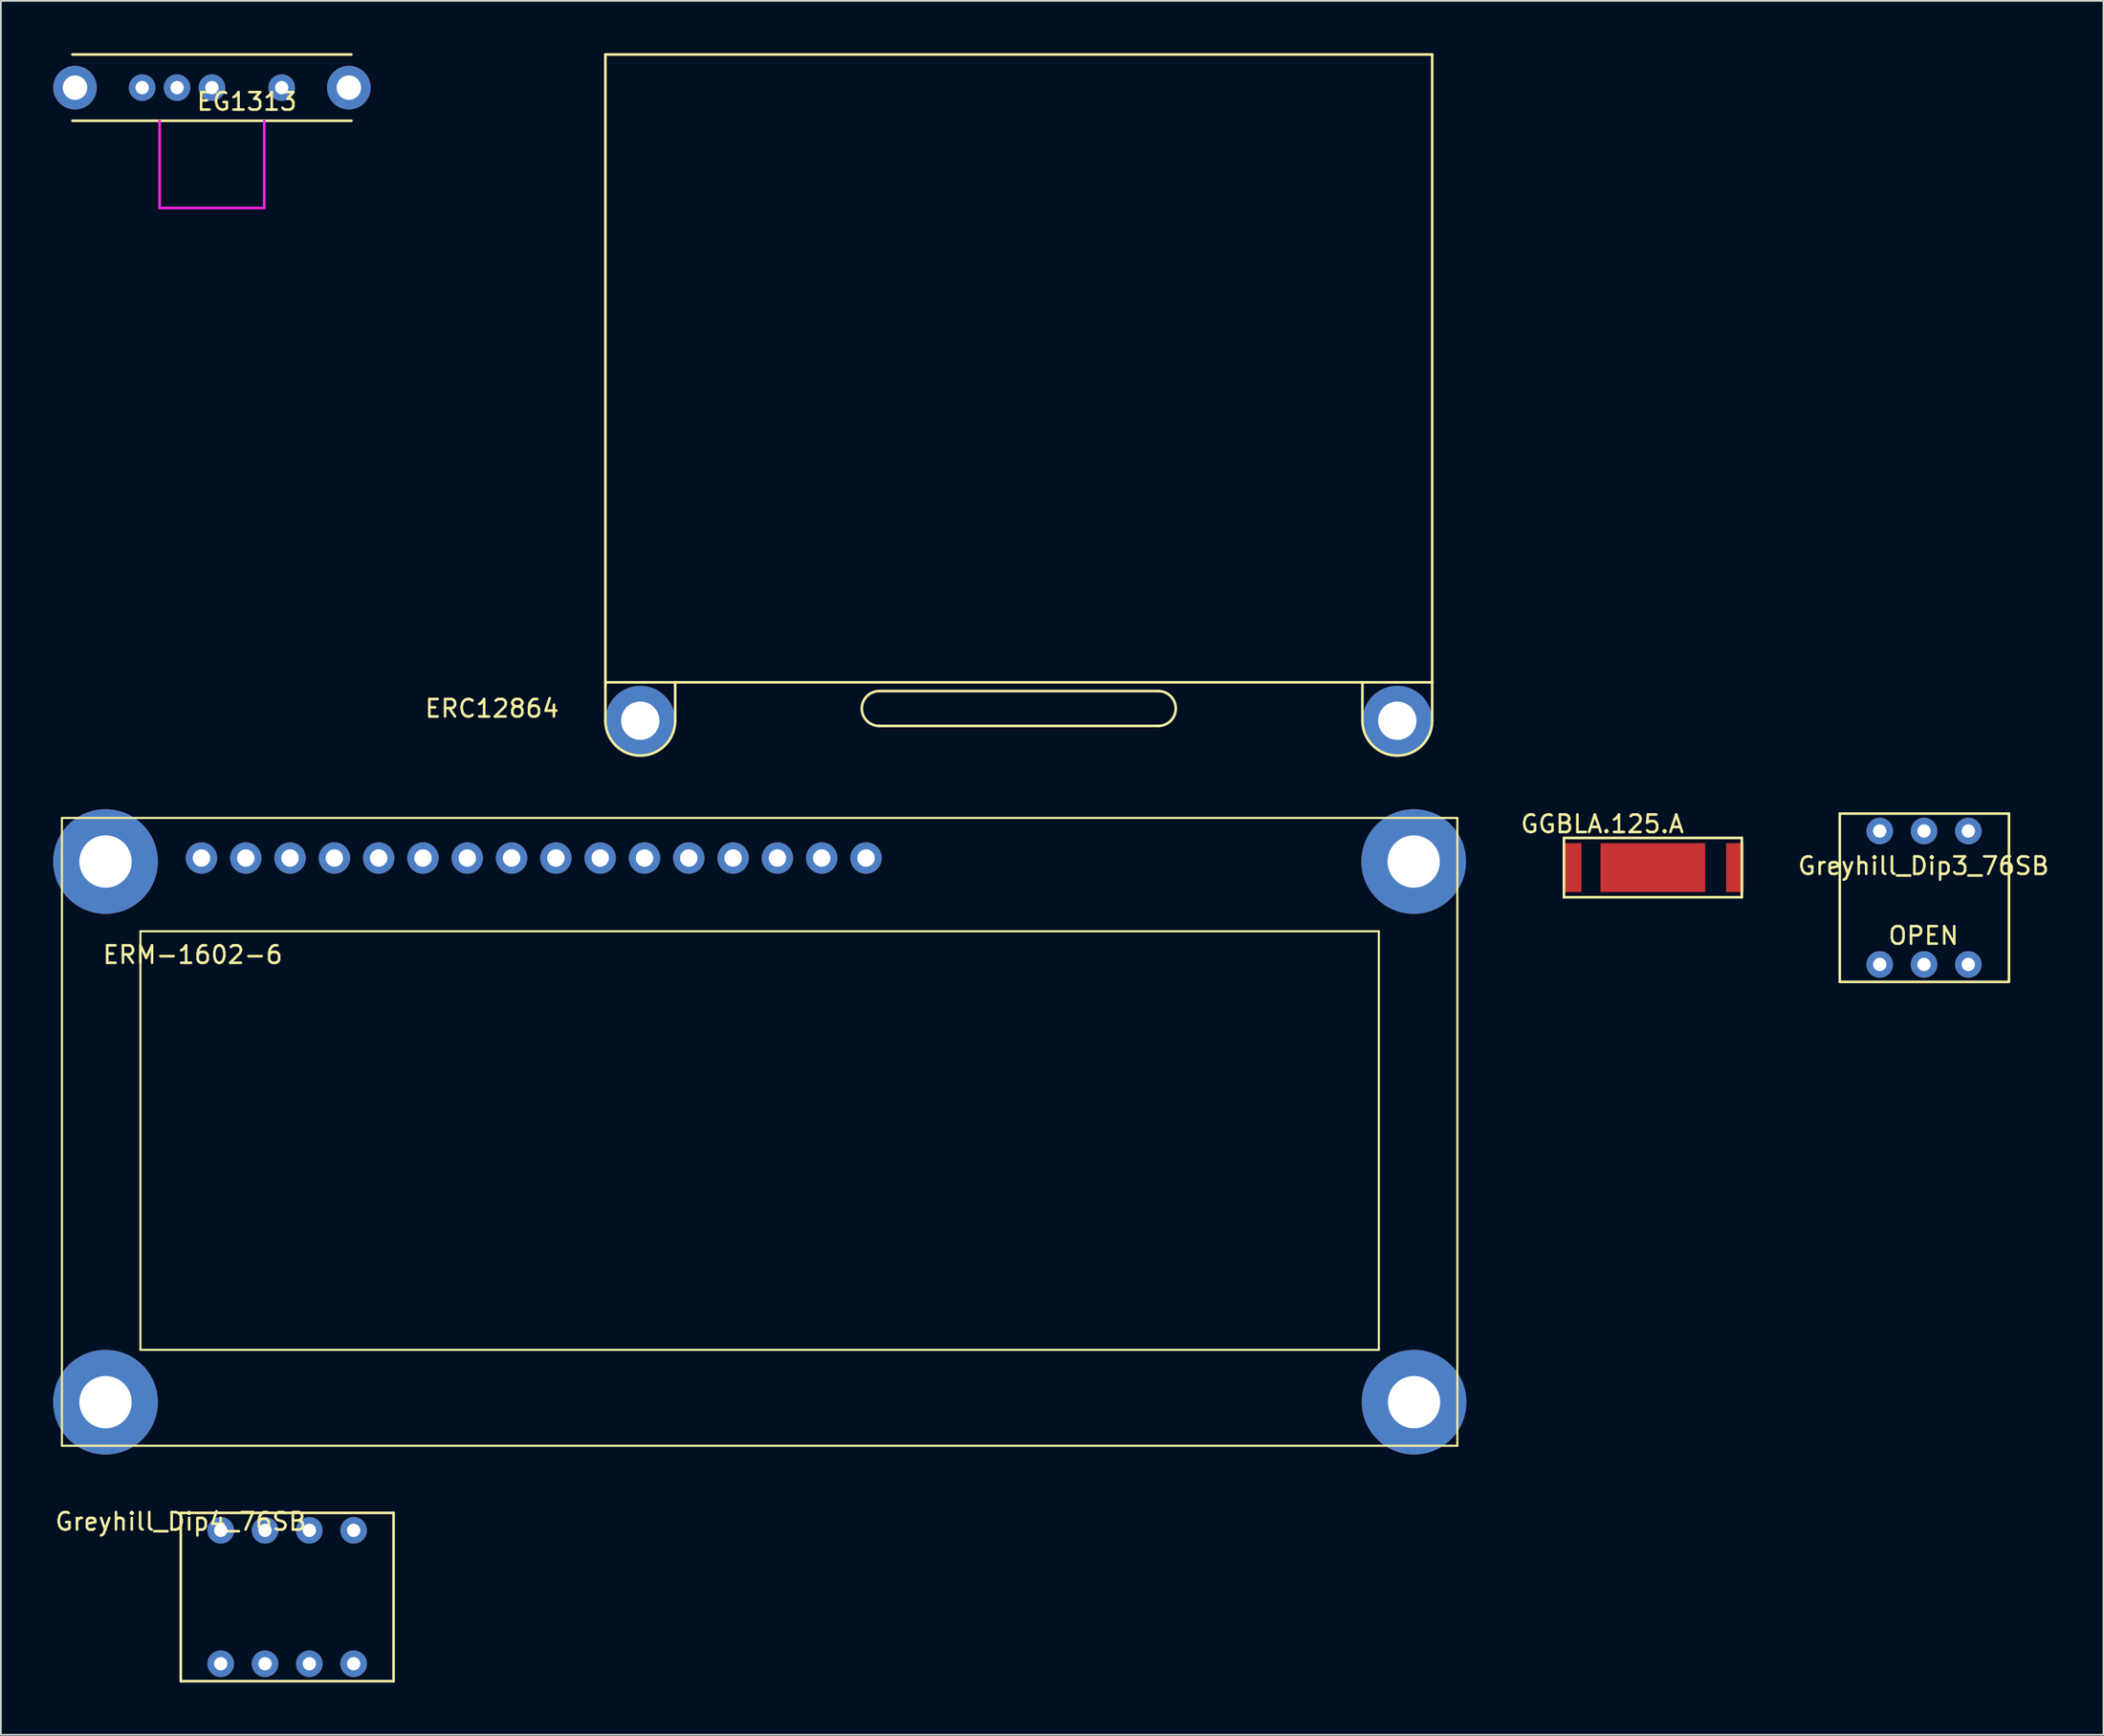
<source format=kicad_pcb>
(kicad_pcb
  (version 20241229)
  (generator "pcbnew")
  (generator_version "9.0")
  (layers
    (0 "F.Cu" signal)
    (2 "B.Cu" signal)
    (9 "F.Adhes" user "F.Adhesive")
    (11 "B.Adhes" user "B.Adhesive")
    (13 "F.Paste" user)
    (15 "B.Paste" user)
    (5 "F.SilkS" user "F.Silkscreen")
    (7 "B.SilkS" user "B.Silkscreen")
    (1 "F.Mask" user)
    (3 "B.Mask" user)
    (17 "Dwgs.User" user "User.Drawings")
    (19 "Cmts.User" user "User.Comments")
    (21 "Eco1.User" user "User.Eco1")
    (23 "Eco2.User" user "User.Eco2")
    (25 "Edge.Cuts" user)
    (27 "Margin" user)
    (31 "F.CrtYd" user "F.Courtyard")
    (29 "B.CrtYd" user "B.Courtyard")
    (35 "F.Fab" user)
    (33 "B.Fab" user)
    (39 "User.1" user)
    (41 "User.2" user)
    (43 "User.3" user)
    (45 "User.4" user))
  (footprint "GGBLA.125.A"
    (layer "F.Cu")
    (at 86.612 44.998)
    (property "Reference" "GGBLA.125.A" (at 2.2 -0.8 0) (layer "F.SilkS") (effects (font (size 1 1) (thickness 0.15))))
    (attr through_hole)
    (fp_line (start 0 0) (end 10.2 0) (stroke (width 0.15) (type solid)) (layer "F.SilkS"))
    (fp_line (start 0 3.4) (end 0 0) (stroke (width 0.15) (type solid)) (layer "F.SilkS"))
    (fp_line (start 10.2 0) (end 10.2 3.4) (stroke (width 0.15) (type solid)) (layer "F.SilkS"))
    (fp_line (start 10.2 3.4) (end 0 3.4) (stroke (width 0.15) (type solid)) (layer "F.SilkS"))
    (pad "1" smd rect (at 0.5 1.7) (size 1 2.8) (layers "F.Cu" "F.Mask" "F.Paste"))
    (pad "1" smd rect (at 9.8 1.7) (size 1 2.8) (layers "F.Cu" "F.Mask" "F.Paste"))
    (pad "2" smd rect (at 5.1 1.7) (size 6 2.8) (layers "F.Cu" "F.Mask" "F.Paste")))
  (footprint "EG1313"
    (layer "F.Cu")
    (at 9.1 1.975)
    (property "Reference" "EG1313" (at 2 0.8 0) (layer "F.SilkS") (effects (font (size 1 1) (thickness 0.15))))
    (attr through_hole)
    (fp_line (start -8 -1.9) (end 8 -1.9) (stroke (width 0.15) (type solid)) (layer "F.SilkS"))
    (fp_line (start 8 1.9) (end -8 1.9) (stroke (width 0.15) (type solid)) (layer "F.SilkS"))
    (fp_line (start -3 1.9) (end -3 6.9) (stroke (width 0.15) (type solid)) (layer "F.CrtYd"))
    (fp_line (start -3 6.9) (end 3 6.9) (stroke (width 0.15) (type solid)) (layer "F.CrtYd"))
    (fp_line (start 3 6.9) (end 3 1.9) (stroke (width 0.15) (type solid)) (layer "F.CrtYd"))
    (pad "0" thru_hole circle (at -7.85 0) (size 2.5 2.5) (drill 1.4) (layers "*.Cu" "*.Mask"))
    (pad "0" thru_hole circle (at 7.85 0) (size 2.5 2.5) (drill 1.4) (layers "*.Cu" "*.Mask"))
    (pad "1" thru_hole circle (at -4 0) (size 1.524 1.524) (drill 0.762) (layers "*.Cu" "*.Mask"))
    (pad "2" thru_hole circle (at -2 0) (size 1.524 1.524) (drill 0.762) (layers "*.Cu" "*.Mask"))
    (pad "3" thru_hole circle (at 0 0) (size 1.524 1.524) (drill 0.762) (layers "*.Cu" "*.Mask"))
    (pad "4" thru_hole circle (at 4 0) (size 1.524 1.524) (drill 0.762) (layers "*.Cu" "*.Mask")))
  (footprint "ERC12864"
    (layer "F.Cu")
    (at 31.658 36.075)
    (property "Reference" "ERC12864" (at -6.5 1.5 0) (layer "F.SilkS") (effects (font (size 1 1) (thickness 0.15))))
    (attr through_hole)
    (fp_line (start 0 -36) (end 0 0) (stroke (width 0.15) (type solid)) (layer "F.SilkS"))
    (fp_line (start 0 0) (end 47.4 0) (stroke (width 0.15) (type solid)) (layer "F.SilkS"))
    (fp_line (start 0 2.2) (end 0 0) (stroke (width 0.15) (type solid)) (layer "F.SilkS"))
    (fp_line (start 4 2.2) (end 4 0) (stroke (width 0.15) (type solid)) (layer "F.SilkS"))
    (fp_line (start 15.7 0.5) (end 31.7 0.5) (stroke (width 0.15) (type solid)) (layer "F.SilkS"))
    (fp_line (start 31.7 2.5) (end 15.7 2.5) (stroke (width 0.15) (type solid)) (layer "F.SilkS"))
    (fp_line (start 43.4 2.2) (end 43.4 0) (stroke (width 0.15) (type solid)) (layer "F.SilkS"))
    (fp_line (start 47.4 -36) (end 0 -36) (stroke (width 0.15) (type solid)) (layer "F.SilkS"))
    (fp_line (start 47.4 0) (end 47.4 -36) (stroke (width 0.15) (type solid)) (layer "F.SilkS"))
    (fp_line (start 47.4 2.2) (end 47.4 0) (stroke (width 0.15) (type solid)) (layer "F.SilkS"))
    (fp_arc (start 4 2.2) (mid 2 4.2) (end 0 2.2) (stroke (width 0.15) (type solid)) (layer "F.SilkS"))
    (fp_arc (start 15.7 2.5) (mid 14.7 1.5) (end 15.7 0.5) (stroke (width 0.15) (type solid)) (layer "F.SilkS"))
    (fp_arc (start 31.7 0.5) (mid 32.7 1.5) (end 31.7 2.5) (stroke (width 0.15) (type solid)) (layer "F.SilkS"))
    (fp_arc (start 47.4 2.2) (mid 45.4 4.2) (end 43.4 2.2) (stroke (width 0.15) (type solid)) (layer "F.SilkS"))
    (pad "1" thru_hole circle (at 2 2.2) (size 4 4) (drill 2.2) (layers "*.Cu" "*.Mask"))
    (pad "1" thru_hole circle (at 45.4 2.2) (size 4 4) (drill 2.2) (layers "*.Cu" "*.Mask")))
  (footprint "ERM-1602-6"
    (layer "F.Cu")
    (at 0.5 43.85)
    (property "Reference" "ERM-1602-6" (at 7.5 7.85 0) (layer "F.SilkS") (effects (font (size 1 1) (thickness 0.15))))
    (attr through_hole)
    (fp_line (start 0 0) (end 0 36) (stroke (width 0.12) (type solid)) (layer "F.SilkS"))
    (fp_line (start 0 0) (end 80 0) (stroke (width 0.12) (type solid)) (layer "F.SilkS"))
    (fp_line (start 0 36) (end 80 36) (stroke (width 0.12) (type solid)) (layer "F.SilkS"))
    (fp_line (start 4.5 6.5) (end 4.5 30.5) (stroke (width 0.12) (type solid)) (layer "F.SilkS"))
    (fp_line (start 4.5 6.5) (end 75.5 6.5) (stroke (width 0.12) (type solid)) (layer "F.SilkS"))
    (fp_line (start 4.5 30.5) (end 75.5 30.5) (stroke (width 0.12) (type solid)) (layer "F.SilkS"))
    (fp_line (start 75.5 6.5) (end 75.5 30.5) (stroke (width 0.12) (type solid)) (layer "F.SilkS"))
    (fp_line (start 80 36) (end 80 0) (stroke (width 0.12) (type solid)) (layer "F.SilkS"))
    (pad "" np_thru_hole circle (at 2.5 2.5) (size 6 6) (drill 3) (layers "*.Cu" "*.Mask"))
    (pad "" np_thru_hole circle (at 2.5 33.5) (size 6 6) (drill 3) (layers "*.Cu" "*.Mask"))
    (pad "" np_thru_hole circle (at 77.5 2.5) (size 6 6) (drill 3) (layers "*.Cu" "*.Mask"))
    (pad "" np_thru_hole circle (at 77.52 33.5) (size 6 6) (drill 3) (layers "*.Cu" "*.Mask"))
    (pad "1" thru_hole circle (at 8 2.3) (size 1.8 1.8) (drill 1) (layers "*.Cu" "*.Mask"))
    (pad "2" thru_hole circle (at 10.54 2.3) (size 1.8 1.8) (drill 1) (layers "*.Cu" "*.Mask"))
    (pad "3" thru_hole circle (at 13.08 2.3) (size 1.8 1.8) (drill 1) (layers "*.Cu" "*.Mask"))
    (pad "4" thru_hole circle (at 15.62 2.3) (size 1.8 1.8) (drill 1) (layers "*.Cu" "*.Mask"))
    (pad "5" thru_hole circle (at 18.16 2.3) (size 1.8 1.8) (drill 1) (layers "*.Cu" "*.Mask"))
    (pad "6" thru_hole circle (at 20.7 2.3) (size 1.8 1.8) (drill 1) (layers "*.Cu" "*.Mask"))
    (pad "7" thru_hole circle (at 23.24 2.3) (size 1.8 1.8) (drill 1) (layers "*.Cu" "*.Mask"))
    (pad "8" thru_hole circle (at 25.78 2.3) (size 1.8 1.8) (drill 1) (layers "*.Cu" "*.Mask"))
    (pad "9" thru_hole circle (at 28.32 2.3) (size 1.8 1.8) (drill 1) (layers "*.Cu" "*.Mask"))
    (pad "10" thru_hole circle (at 30.86 2.3) (size 1.8 1.8) (drill 1) (layers "*.Cu" "*.Mask"))
    (pad "11" thru_hole circle (at 33.4 2.3) (size 1.8 1.8) (drill 1) (layers "*.Cu" "*.Mask"))
    (pad "12" thru_hole circle (at 35.94 2.3) (size 1.8 1.8) (drill 1) (layers "*.Cu" "*.Mask"))
    (pad "13" thru_hole circle (at 38.48 2.3) (size 1.8 1.8) (drill 1) (layers "*.Cu" "*.Mask"))
    (pad "14" thru_hole circle (at 41.02 2.3) (size 1.8 1.8) (drill 1) (layers "*.Cu" "*.Mask"))
    (pad "15" thru_hole circle (at 43.56 2.3) (size 1.8 1.8) (drill 1) (layers "*.Cu" "*.Mask"))
    (pad "16" thru_hole circle (at 46.1 2.3) (size 1.8 1.8) (drill 1) (layers "*.Cu" "*.Mask")))
  (footprint "Greyhill_Dip3_76SB"
    (layer "F.Cu")
    (at 102.427 43.6)
    (property "Reference" "Greyhill_Dip3_76SB" (at 4.8 3 0) (layer "F.SilkS") (effects (font (size 1 1) (thickness 0.15))))
    (attr through_hole)
    (fp_line (start 0 0) (end 0 9.65) (stroke (width 0.15) (type solid)) (layer "F.SilkS"))
    (fp_line (start 0 0) (end 9.7 0) (stroke (width 0.15) (type solid)) (layer "F.SilkS"))
    (fp_line (start 0 9.65) (end 9.7 9.65) (stroke (width 0.15) (type solid)) (layer "F.SilkS"))
    (fp_line (start 9.7 0) (end 9.7 9.65) (stroke (width 0.15) (type solid)) (layer "F.SilkS"))
    (fp_text user "OPEN" (at 4.8 7 0) (layer "F.SilkS") (effects (font (size 1 1) (thickness 0.15))))
    (pad "1" thru_hole circle (at 2.29 1) (size 1.524 1.524) (drill 0.762) (layers "*.Cu" "*.Mask"))
    (pad "2" thru_hole circle (at 4.83 1) (size 1.524 1.524) (drill 0.762) (layers "*.Cu" "*.Mask"))
    (pad "3" thru_hole circle (at 7.37 1) (size 1.524 1.524) (drill 0.762) (layers "*.Cu" "*.Mask"))
    (pad "4" thru_hole circle (at 7.37 8.65) (size 1.524 1.524) (drill 0.762) (layers "*.Cu" "*.Mask"))
    (pad "5" thru_hole circle (at 4.83 8.65) (size 1.524 1.524) (drill 0.762) (layers "*.Cu" "*.Mask"))
    (pad "6" thru_hole circle (at 2.29 8.65) (size 1.524 1.524) (drill 0.762) (layers "*.Cu" "*.Mask")))
  (footprint "Greyhill_Dip4_76SB"
    (layer "F.Cu")
    (at 7.315 83.698)
    (property "Reference" "Greyhill_Dip4_76SB" (at 0 0.5 0) (layer "F.SilkS") (effects (font (size 1 1) (thickness 0.15))))
    (attr through_hole)
    (fp_line (start 0 0) (end 0 9.65) (stroke (width 0.15) (type solid)) (layer "F.SilkS"))
    (fp_line (start 0 0) (end 12.2 0) (stroke (width 0.15) (type solid)) (layer "F.SilkS"))
    (fp_line (start 0 9.65) (end 12.2 9.65) (stroke (width 0.15) (type solid)) (layer "F.SilkS"))
    (fp_line (start 12.2 0) (end 12.2 9.65) (stroke (width 0.15) (type solid)) (layer "F.SilkS"))
    (pad "1" thru_hole circle (at 2.29 1) (size 1.524 1.524) (drill 0.762) (layers "*.Cu" "*.Mask"))
    (pad "2" thru_hole circle (at 4.83 1) (size 1.524 1.524) (drill 0.762) (layers "*.Cu" "*.Mask"))
    (pad "3" thru_hole circle (at 7.37 1) (size 1.524 1.524) (drill 0.762) (layers "*.Cu" "*.Mask"))
    (pad "4" thru_hole circle (at 9.91 1) (size 1.524 1.524) (drill 0.762) (layers "*.Cu" "*.Mask"))
    (pad "5" thru_hole circle (at 9.91 8.65) (size 1.524 1.524) (drill 0.762) (layers "*.Cu" "*.Mask"))
    (pad "6" thru_hole circle (at 7.37 8.65) (size 1.524 1.524) (drill 0.762) (layers "*.Cu" "*.Mask"))
    (pad "7" thru_hole circle (at 4.83 8.65) (size 1.524 1.524) (drill 0.762) (layers "*.Cu" "*.Mask"))
    (pad "8" thru_hole circle (at 2.29 8.65) (size 1.524 1.524) (drill 0.762) (layers "*.Cu" "*.Mask")))
  (gr_rect
    (start -3 -3)
    (end 117.543 96.423)
    (stroke (width 0.1) (type default))
    (fill no)
    (layer "Edge.Cuts")))
</source>
